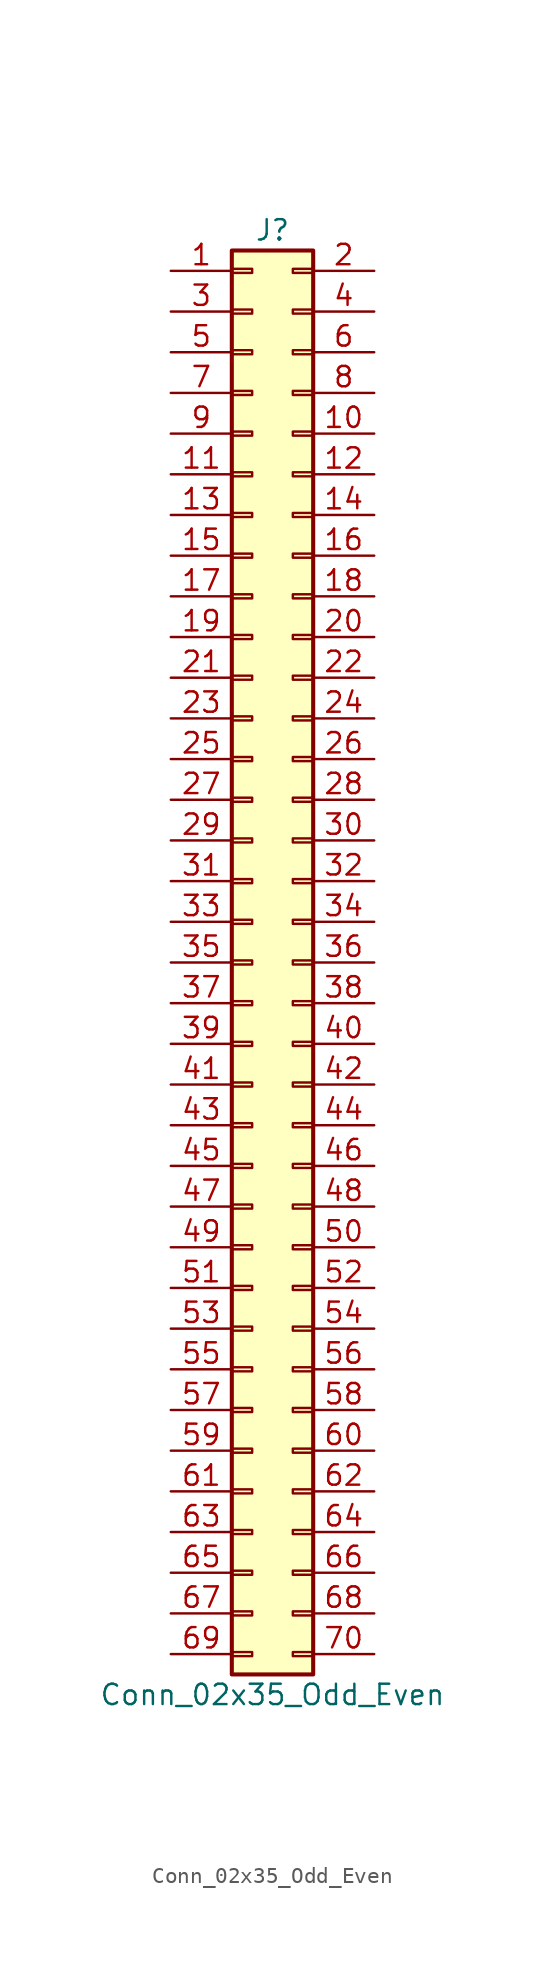
<source format=kicad_sym>
(kicad_symbol_lib
  (version 20201005)
  (generator kicad_symbol_editor)
  (symbol "Connector_Generic:Conn_02x35_Odd_Even"
    (pin_names
      (offset 1.016) hide)
    (property "Reference" "J"
      (at 1.27 45.72 0)
      (effects (font (size 1.27 1.27))))
    (property "Value" "Conn_02x35_Odd_Even"
      (at 1.27 -45.72 0)
      (effects (font (size 1.27 1.27))))
    (symbol "Conn_02x35_Odd_Even_1_1"
      (rectangle (start -1.27 -27.813) (end 0 -28.067) (stroke (width 0.152)) (fill (type none)))
      (rectangle (start -1.27 -30.353) (end 0 -30.607) (stroke (width 0.152)) (fill (type none)))
      (rectangle (start -1.27 -32.893) (end 0 -33.147) (stroke (width 0.152)) (fill (type none)))
      (rectangle (start -1.27 -35.433) (end 0 -35.687) (stroke (width 0.152)) (fill (type none)))
      (rectangle (start -1.27 -37.973) (end 0 -38.227) (stroke (width 0.152)) (fill (type none)))
      (rectangle (start -1.27 -40.513) (end 0 -40.767) (stroke (width 0.152)) (fill (type none)))
      (rectangle (start -1.27 -43.053) (end 0 -43.307) (stroke (width 0.152)) (fill (type none)))
      (rectangle (start -1.27 -4.953) (end 0 -5.207) (stroke (width 0.152)) (fill (type none)))
      (rectangle (start -1.27 -7.493) (end 0 -7.747) (stroke (width 0.152)) (fill (type none)))
      (rectangle (start -1.27 -10.033) (end 0 -10.287) (stroke (width 0.152)) (fill (type none)))
      (rectangle (start -1.27 -12.573) (end 0 -12.827) (stroke (width 0.152)) (fill (type none)))
      (rectangle (start -1.27 -15.113) (end 0 -15.367) (stroke (width 0.152)) (fill (type none)))
      (rectangle (start -1.27 -17.653) (end 0 -17.907) (stroke (width 0.152)) (fill (type none)))
      (rectangle (start -1.27 -20.193) (end 0 -20.447) (stroke (width 0.152)) (fill (type none)))
      (rectangle (start -1.27 -22.733) (end 0 -22.987) (stroke (width 0.152)) (fill (type none)))
      (rectangle (start -1.27 -2.413) (end 0 -2.667) (stroke (width 0.152)) (fill (type none)))
      (rectangle (start -1.27 -25.273) (end 0 -25.527) (stroke (width 0.152)) (fill (type none)))
      (rectangle (start -1.27 25.527) (end 0 25.273) (stroke (width 0.152)) (fill (type none)))
      (rectangle (start -1.27 2.667) (end 0 2.413) (stroke (width 0.152)) (fill (type none)))
      (rectangle (start -1.27 28.067) (end 0 27.813) (stroke (width 0.152)) (fill (type none)))
      (rectangle (start -1.27 30.607) (end 0 30.353) (stroke (width 0.152)) (fill (type none)))
      (rectangle (start -1.27 33.147) (end 0 32.893) (stroke (width 0.152)) (fill (type none)))
      (rectangle (start -1.27 35.687) (end 0 35.433) (stroke (width 0.152)) (fill (type none)))
      (rectangle (start -1.27 38.227) (end 0 37.973) (stroke (width 0.152)) (fill (type none)))
      (rectangle (start -1.27 40.767) (end 0 40.513) (stroke (width 0.152)) (fill (type none)))
      (rectangle (start -1.27 43.307) (end 0 43.053) (stroke (width 0.152)) (fill (type none)))
      (rectangle (start -1.27 44.45) (end 3.81 -44.45) (stroke (width 0.254)) (fill (type background)))
      (rectangle (start -1.27 5.207) (end 0 4.953) (stroke (width 0.152)) (fill (type none)))
      (rectangle (start -1.27 7.747) (end 0 7.493) (stroke (width 0.152)) (fill (type none)))
      (rectangle (start -1.27 10.287) (end 0 10.033) (stroke (width 0.152)) (fill (type none)))
      (rectangle (start -1.27 0.127) (end 0 -0.127) (stroke (width 0.152)) (fill (type none)))
      (rectangle (start -1.27 12.827) (end 0 12.573) (stroke (width 0.152)) (fill (type none)))
      (rectangle (start -1.27 15.367) (end 0 15.113) (stroke (width 0.152)) (fill (type none)))
      (rectangle (start -1.27 17.907) (end 0 17.653) (stroke (width 0.152)) (fill (type none)))
      (rectangle (start -1.27 20.447) (end 0 20.193) (stroke (width 0.152)) (fill (type none)))
      (rectangle (start -1.27 22.987) (end 0 22.733) (stroke (width 0.152)) (fill (type none)))
      (rectangle (start 3.81 -27.813) (end 2.54 -28.067) (stroke (width 0.152)) (fill (type none)))
      (rectangle (start 3.81 -30.353) (end 2.54 -30.607) (stroke (width 0.152)) (fill (type none)))
      (rectangle (start 3.81 -32.893) (end 2.54 -33.147) (stroke (width 0.152)) (fill (type none)))
      (rectangle (start 3.81 -35.433) (end 2.54 -35.687) (stroke (width 0.152)) (fill (type none)))
      (rectangle (start 3.81 -37.973) (end 2.54 -38.227) (stroke (width 0.152)) (fill (type none)))
      (rectangle (start 3.81 -40.513) (end 2.54 -40.767) (stroke (width 0.152)) (fill (type none)))
      (rectangle (start 3.81 -43.053) (end 2.54 -43.307) (stroke (width 0.152)) (fill (type none)))
      (rectangle (start 3.81 -4.953) (end 2.54 -5.207) (stroke (width 0.152)) (fill (type none)))
      (rectangle (start 3.81 -7.493) (end 2.54 -7.747) (stroke (width 0.152)) (fill (type none)))
      (rectangle (start 3.81 -10.033) (end 2.54 -10.287) (stroke (width 0.152)) (fill (type none)))
      (rectangle (start 3.81 -12.573) (end 2.54 -12.827) (stroke (width 0.152)) (fill (type none)))
      (rectangle (start 3.81 -15.113) (end 2.54 -15.367) (stroke (width 0.152)) (fill (type none)))
      (rectangle (start 3.81 -17.653) (end 2.54 -17.907) (stroke (width 0.152)) (fill (type none)))
      (rectangle (start 3.81 -20.193) (end 2.54 -20.447) (stroke (width 0.152)) (fill (type none)))
      (rectangle (start 3.81 -22.733) (end 2.54 -22.987) (stroke (width 0.152)) (fill (type none)))
      (rectangle (start 3.81 -2.413) (end 2.54 -2.667) (stroke (width 0.152)) (fill (type none)))
      (rectangle (start 3.81 -25.273) (end 2.54 -25.527) (stroke (width 0.152)) (fill (type none)))
      (rectangle (start 3.81 25.527) (end 2.54 25.273) (stroke (width 0.152)) (fill (type none)))
      (rectangle (start 3.81 2.667) (end 2.54 2.413) (stroke (width 0.152)) (fill (type none)))
      (rectangle (start 3.81 28.067) (end 2.54 27.813) (stroke (width 0.152)) (fill (type none)))
      (rectangle (start 3.81 30.607) (end 2.54 30.353) (stroke (width 0.152)) (fill (type none)))
      (rectangle (start 3.81 33.147) (end 2.54 32.893) (stroke (width 0.152)) (fill (type none)))
      (rectangle (start 3.81 35.687) (end 2.54 35.433) (stroke (width 0.152)) (fill (type none)))
      (rectangle (start 3.81 38.227) (end 2.54 37.973) (stroke (width 0.152)) (fill (type none)))
      (rectangle (start 3.81 40.767) (end 2.54 40.513) (stroke (width 0.152)) (fill (type none)))
      (rectangle (start 3.81 43.307) (end 2.54 43.053) (stroke (width 0.152)) (fill (type none)))
      (rectangle (start 3.81 5.207) (end 2.54 4.953) (stroke (width 0.152)) (fill (type none)))
      (rectangle (start 3.81 7.747) (end 2.54 7.493) (stroke (width 0.152)) (fill (type none)))
      (rectangle (start 3.81 10.287) (end 2.54 10.033) (stroke (width 0.152)) (fill (type none)))
      (rectangle (start 3.81 0.127) (end 2.54 -0.127) (stroke (width 0.152)) (fill (type none)))
      (rectangle (start 3.81 12.827) (end 2.54 12.573) (stroke (width 0.152)) (fill (type none)))
      (rectangle (start 3.81 15.367) (end 2.54 15.113) (stroke (width 0.152)) (fill (type none)))
      (rectangle (start 3.81 17.907) (end 2.54 17.653) (stroke (width 0.152)) (fill (type none)))
      (rectangle (start 3.81 20.447) (end 2.54 20.193) (stroke (width 0.152)) (fill (type none)))
      (rectangle (start 3.81 22.987) (end 2.54 22.733) (stroke (width 0.152)) (fill (type none)))
      (pin passive line (at -5.08 43.18 0) (length 3.81) (name "Pin_1" (effects (font (size 1.27 1.27)))) (number "1" (effects (font (size 1.27 1.27)))))
      (pin passive line (at 7.62 33.02 180) (length 3.81) (name "Pin_10" (effects (font (size 1.27 1.27)))) (number "10" (effects (font (size 1.27 1.27)))))
      (pin passive line (at -5.08 30.48 0) (length 3.81) (name "Pin_11" (effects (font (size 1.27 1.27)))) (number "11" (effects (font (size 1.27 1.27)))))
      (pin passive line (at 7.62 30.48 180) (length 3.81) (name "Pin_12" (effects (font (size 1.27 1.27)))) (number "12" (effects (font (size 1.27 1.27)))))
      (pin passive line (at -5.08 27.94 0) (length 3.81) (name "Pin_13" (effects (font (size 1.27 1.27)))) (number "13" (effects (font (size 1.27 1.27)))))
      (pin passive line (at 7.62 27.94 180) (length 3.81) (name "Pin_14" (effects (font (size 1.27 1.27)))) (number "14" (effects (font (size 1.27 1.27)))))
      (pin passive line (at -5.08 25.4 0) (length 3.81) (name "Pin_15" (effects (font (size 1.27 1.27)))) (number "15" (effects (font (size 1.27 1.27)))))
      (pin passive line (at 7.62 25.4 180) (length 3.81) (name "Pin_16" (effects (font (size 1.27 1.27)))) (number "16" (effects (font (size 1.27 1.27)))))
      (pin passive line (at -5.08 22.86 0) (length 3.81) (name "Pin_17" (effects (font (size 1.27 1.27)))) (number "17" (effects (font (size 1.27 1.27)))))
      (pin passive line (at 7.62 22.86 180) (length 3.81) (name "Pin_18" (effects (font (size 1.27 1.27)))) (number "18" (effects (font (size 1.27 1.27)))))
      (pin passive line (at -5.08 20.32 0) (length 3.81) (name "Pin_19" (effects (font (size 1.27 1.27)))) (number "19" (effects (font (size 1.27 1.27)))))
      (pin passive line (at 7.62 43.18 180) (length 3.81) (name "Pin_2" (effects (font (size 1.27 1.27)))) (number "2" (effects (font (size 1.27 1.27)))))
      (pin passive line (at 7.62 20.32 180) (length 3.81) (name "Pin_20" (effects (font (size 1.27 1.27)))) (number "20" (effects (font (size 1.27 1.27)))))
      (pin passive line (at -5.08 17.78 0) (length 3.81) (name "Pin_21" (effects (font (size 1.27 1.27)))) (number "21" (effects (font (size 1.27 1.27)))))
      (pin passive line (at 7.62 17.78 180) (length 3.81) (name "Pin_22" (effects (font (size 1.27 1.27)))) (number "22" (effects (font (size 1.27 1.27)))))
      (pin passive line (at -5.08 15.24 0) (length 3.81) (name "Pin_23" (effects (font (size 1.27 1.27)))) (number "23" (effects (font (size 1.27 1.27)))))
      (pin passive line (at 7.62 15.24 180) (length 3.81) (name "Pin_24" (effects (font (size 1.27 1.27)))) (number "24" (effects (font (size 1.27 1.27)))))
      (pin passive line (at -5.08 12.7 0) (length 3.81) (name "Pin_25" (effects (font (size 1.27 1.27)))) (number "25" (effects (font (size 1.27 1.27)))))
      (pin passive line (at 7.62 12.7 180) (length 3.81) (name "Pin_26" (effects (font (size 1.27 1.27)))) (number "26" (effects (font (size 1.27 1.27)))))
      (pin passive line (at -5.08 10.16 0) (length 3.81) (name "Pin_27" (effects (font (size 1.27 1.27)))) (number "27" (effects (font (size 1.27 1.27)))))
      (pin passive line (at 7.62 10.16 180) (length 3.81) (name "Pin_28" (effects (font (size 1.27 1.27)))) (number "28" (effects (font (size 1.27 1.27)))))
      (pin passive line (at -5.08 7.62 0) (length 3.81) (name "Pin_29" (effects (font (size 1.27 1.27)))) (number "29" (effects (font (size 1.27 1.27)))))
      (pin passive line (at -5.08 40.64 0) (length 3.81) (name "Pin_3" (effects (font (size 1.27 1.27)))) (number "3" (effects (font (size 1.27 1.27)))))
      (pin passive line (at 7.62 7.62 180) (length 3.81) (name "Pin_30" (effects (font (size 1.27 1.27)))) (number "30" (effects (font (size 1.27 1.27)))))
      (pin passive line (at -5.08 5.08 0) (length 3.81) (name "Pin_31" (effects (font (size 1.27 1.27)))) (number "31" (effects (font (size 1.27 1.27)))))
      (pin passive line (at 7.62 5.08 180) (length 3.81) (name "Pin_32" (effects (font (size 1.27 1.27)))) (number "32" (effects (font (size 1.27 1.27)))))
      (pin passive line (at -5.08 2.54 0) (length 3.81) (name "Pin_33" (effects (font (size 1.27 1.27)))) (number "33" (effects (font (size 1.27 1.27)))))
      (pin passive line (at 7.62 2.54 180) (length 3.81) (name "Pin_34" (effects (font (size 1.27 1.27)))) (number "34" (effects (font (size 1.27 1.27)))))
      (pin passive line (at -5.08 0 0) (length 3.81) (name "Pin_35" (effects (font (size 1.27 1.27)))) (number "35" (effects (font (size 1.27 1.27)))))
      (pin passive line (at 7.62 0 180) (length 3.81) (name "Pin_36" (effects (font (size 1.27 1.27)))) (number "36" (effects (font (size 1.27 1.27)))))
      (pin passive line (at -5.08 -2.54 0) (length 3.81) (name "Pin_37" (effects (font (size 1.27 1.27)))) (number "37" (effects (font (size 1.27 1.27)))))
      (pin passive line (at 7.62 -2.54 180) (length 3.81) (name "Pin_38" (effects (font (size 1.27 1.27)))) (number "38" (effects (font (size 1.27 1.27)))))
      (pin passive line (at -5.08 -5.08 0) (length 3.81) (name "Pin_39" (effects (font (size 1.27 1.27)))) (number "39" (effects (font (size 1.27 1.27)))))
      (pin passive line (at 7.62 40.64 180) (length 3.81) (name "Pin_4" (effects (font (size 1.27 1.27)))) (number "4" (effects (font (size 1.27 1.27)))))
      (pin passive line (at 7.62 -5.08 180) (length 3.81) (name "Pin_40" (effects (font (size 1.27 1.27)))) (number "40" (effects (font (size 1.27 1.27)))))
      (pin passive line (at -5.08 -7.62 0) (length 3.81) (name "Pin_41" (effects (font (size 1.27 1.27)))) (number "41" (effects (font (size 1.27 1.27)))))
      (pin passive line (at 7.62 -7.62 180) (length 3.81) (name "Pin_42" (effects (font (size 1.27 1.27)))) (number "42" (effects (font (size 1.27 1.27)))))
      (pin passive line (at -5.08 -10.16 0) (length 3.81) (name "Pin_43" (effects (font (size 1.27 1.27)))) (number "43" (effects (font (size 1.27 1.27)))))
      (pin passive line (at 7.62 -10.16 180) (length 3.81) (name "Pin_44" (effects (font (size 1.27 1.27)))) (number "44" (effects (font (size 1.27 1.27)))))
      (pin passive line (at -5.08 -12.7 0) (length 3.81) (name "Pin_45" (effects (font (size 1.27 1.27)))) (number "45" (effects (font (size 1.27 1.27)))))
      (pin passive line (at 7.62 -12.7 180) (length 3.81) (name "Pin_46" (effects (font (size 1.27 1.27)))) (number "46" (effects (font (size 1.27 1.27)))))
      (pin passive line (at -5.08 -15.24 0) (length 3.81) (name "Pin_47" (effects (font (size 1.27 1.27)))) (number "47" (effects (font (size 1.27 1.27)))))
      (pin passive line (at 7.62 -15.24 180) (length 3.81) (name "Pin_48" (effects (font (size 1.27 1.27)))) (number "48" (effects (font (size 1.27 1.27)))))
      (pin passive line (at -5.08 -17.78 0) (length 3.81) (name "Pin_49" (effects (font (size 1.27 1.27)))) (number "49" (effects (font (size 1.27 1.27)))))
      (pin passive line (at -5.08 38.1 0) (length 3.81) (name "Pin_5" (effects (font (size 1.27 1.27)))) (number "5" (effects (font (size 1.27 1.27)))))
      (pin passive line (at 7.62 -17.78 180) (length 3.81) (name "Pin_50" (effects (font (size 1.27 1.27)))) (number "50" (effects (font (size 1.27 1.27)))))
      (pin passive line (at -5.08 -20.32 0) (length 3.81) (name "Pin_51" (effects (font (size 1.27 1.27)))) (number "51" (effects (font (size 1.27 1.27)))))
      (pin passive line (at 7.62 -20.32 180) (length 3.81) (name "Pin_52" (effects (font (size 1.27 1.27)))) (number "52" (effects (font (size 1.27 1.27)))))
      (pin passive line (at -5.08 -22.86 0) (length 3.81) (name "Pin_53" (effects (font (size 1.27 1.27)))) (number "53" (effects (font (size 1.27 1.27)))))
      (pin passive line (at 7.62 -22.86 180) (length 3.81) (name "Pin_54" (effects (font (size 1.27 1.27)))) (number "54" (effects (font (size 1.27 1.27)))))
      (pin passive line (at -5.08 -25.4 0) (length 3.81) (name "Pin_55" (effects (font (size 1.27 1.27)))) (number "55" (effects (font (size 1.27 1.27)))))
      (pin passive line (at 7.62 -25.4 180) (length 3.81) (name "Pin_56" (effects (font (size 1.27 1.27)))) (number "56" (effects (font (size 1.27 1.27)))))
      (pin passive line (at -5.08 -27.94 0) (length 3.81) (name "Pin_57" (effects (font (size 1.27 1.27)))) (number "57" (effects (font (size 1.27 1.27)))))
      (pin passive line (at 7.62 -27.94 180) (length 3.81) (name "Pin_58" (effects (font (size 1.27 1.27)))) (number "58" (effects (font (size 1.27 1.27)))))
      (pin passive line (at -5.08 -30.48 0) (length 3.81) (name "Pin_59" (effects (font (size 1.27 1.27)))) (number "59" (effects (font (size 1.27 1.27)))))
      (pin passive line (at 7.62 38.1 180) (length 3.81) (name "Pin_6" (effects (font (size 1.27 1.27)))) (number "6" (effects (font (size 1.27 1.27)))))
      (pin passive line (at 7.62 -30.48 180) (length 3.81) (name "Pin_60" (effects (font (size 1.27 1.27)))) (number "60" (effects (font (size 1.27 1.27)))))
      (pin passive line (at -5.08 -33.02 0) (length 3.81) (name "Pin_61" (effects (font (size 1.27 1.27)))) (number "61" (effects (font (size 1.27 1.27)))))
      (pin passive line (at 7.62 -33.02 180) (length 3.81) (name "Pin_62" (effects (font (size 1.27 1.27)))) (number "62" (effects (font (size 1.27 1.27)))))
      (pin passive line (at -5.08 -35.56 0) (length 3.81) (name "Pin_63" (effects (font (size 1.27 1.27)))) (number "63" (effects (font (size 1.27 1.27)))))
      (pin passive line (at 7.62 -35.56 180) (length 3.81) (name "Pin_64" (effects (font (size 1.27 1.27)))) (number "64" (effects (font (size 1.27 1.27)))))
      (pin passive line (at -5.08 -38.1 0) (length 3.81) (name "Pin_65" (effects (font (size 1.27 1.27)))) (number "65" (effects (font (size 1.27 1.27)))))
      (pin passive line (at 7.62 -38.1 180) (length 3.81) (name "Pin_66" (effects (font (size 1.27 1.27)))) (number "66" (effects (font (size 1.27 1.27)))))
      (pin passive line (at -5.08 -40.64 0) (length 3.81) (name "Pin_67" (effects (font (size 1.27 1.27)))) (number "67" (effects (font (size 1.27 1.27)))))
      (pin passive line (at 7.62 -40.64 180) (length 3.81) (name "Pin_68" (effects (font (size 1.27 1.27)))) (number "68" (effects (font (size 1.27 1.27)))))
      (pin passive line (at -5.08 -43.18 0) (length 3.81) (name "Pin_69" (effects (font (size 1.27 1.27)))) (number "69" (effects (font (size 1.27 1.27)))))
      (pin passive line (at -5.08 35.56 0) (length 3.81) (name "Pin_7" (effects (font (size 1.27 1.27)))) (number "7" (effects (font (size 1.27 1.27)))))
      (pin passive line (at 7.62 -43.18 180) (length 3.81) (name "Pin_70" (effects (font (size 1.27 1.27)))) (number "70" (effects (font (size 1.27 1.27)))))
      (pin passive line (at 7.62 35.56 180) (length 3.81) (name "Pin_8" (effects (font (size 1.27 1.27)))) (number "8" (effects (font (size 1.27 1.27)))))
      (pin passive line (at -5.08 33.02 0) (length 3.81) (name "Pin_9" (effects (font (size 1.27 1.27)))) (number "9" (effects (font (size 1.27 1.27))))))))
</source>
